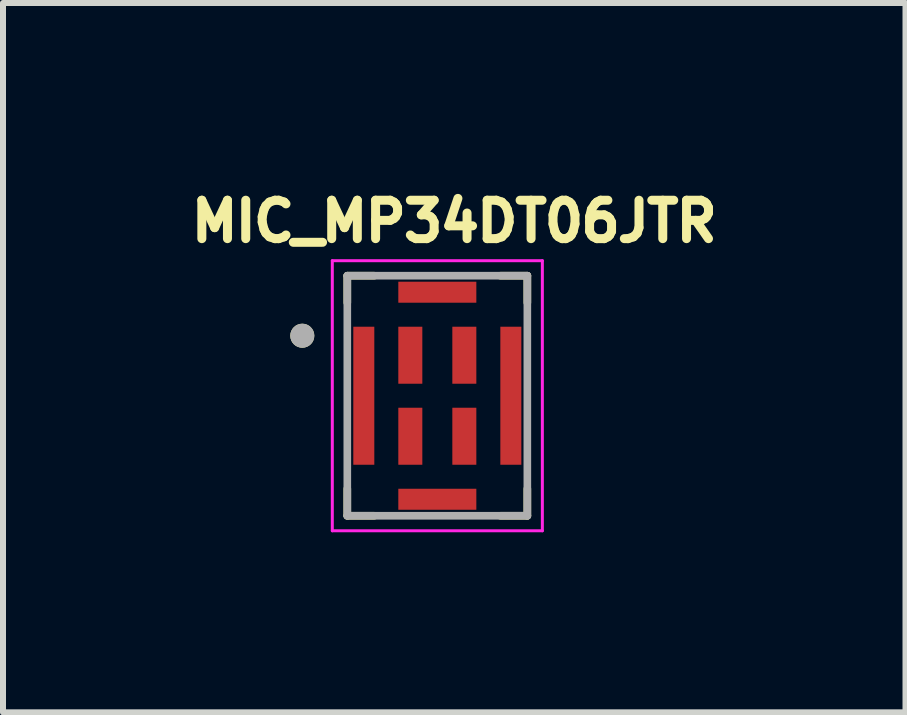
<source format=kicad_pcb>
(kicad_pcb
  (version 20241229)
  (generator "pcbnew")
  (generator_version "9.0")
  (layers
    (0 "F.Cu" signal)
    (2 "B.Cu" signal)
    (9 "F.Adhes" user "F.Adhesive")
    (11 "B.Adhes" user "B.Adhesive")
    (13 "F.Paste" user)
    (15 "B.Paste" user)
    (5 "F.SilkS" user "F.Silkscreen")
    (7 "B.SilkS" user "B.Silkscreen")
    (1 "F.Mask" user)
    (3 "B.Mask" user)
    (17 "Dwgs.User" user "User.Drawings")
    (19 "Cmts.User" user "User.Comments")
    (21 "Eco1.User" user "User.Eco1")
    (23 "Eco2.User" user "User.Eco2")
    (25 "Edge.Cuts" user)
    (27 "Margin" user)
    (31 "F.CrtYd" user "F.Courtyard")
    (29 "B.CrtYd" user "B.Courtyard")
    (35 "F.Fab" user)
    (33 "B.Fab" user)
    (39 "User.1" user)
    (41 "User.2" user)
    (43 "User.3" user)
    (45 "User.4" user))
  (footprint "MIC_MP34DT06JTR"
    (layer "F.Cu")
    (at 4.237 3.544)
    (property "Reference" "MIC_MP34DT06JTR" (at 0.282 -2.906 0) (layer "F.SilkS") (effects (font (size 0.64 0.64) (thickness 0.15))))
    (attr smd)
    (fp_line (start -1.5 -2) (end -1.5 -1.55) (stroke (width 0.127) (type solid)) (layer "F.SilkS"))
    (fp_line (start -1.5 2) (end -1.5 1.55) (stroke (width 0.127) (type solid)) (layer "F.SilkS"))
    (fp_line (start -1.5 2) (end -1.05 2) (stroke (width 0.127) (type solid)) (layer "F.SilkS"))
    (fp_line (start -1.05 -2) (end -1.5 -2) (stroke (width 0.127) (type solid)) (layer "F.SilkS"))
    (fp_line (start 1.05 -2) (end 1.5 -2) (stroke (width 0.127) (type solid)) (layer "F.SilkS"))
    (fp_line (start 1.5 -2) (end 1.5 -1.55) (stroke (width 0.127) (type solid)) (layer "F.SilkS"))
    (fp_line (start 1.5 2) (end 1.05 2) (stroke (width 0.127) (type solid)) (layer "F.SilkS"))
    (fp_line (start 1.5 2) (end 1.5 1.55) (stroke (width 0.127) (type solid)) (layer "F.SilkS"))
    (fp_circle (center -2.25 -1) (end -2.15 -1) (stroke (width 0.2) (type solid)) (fill no) (layer "F.SilkS"))
    (fp_line (start -1.75 -2.25) (end -1.75 2.25) (stroke (width 0.05) (type solid)) (layer "F.CrtYd"))
    (fp_line (start -1.75 2.25) (end 1.75 2.25) (stroke (width 0.05) (type solid)) (layer "F.CrtYd"))
    (fp_line (start 1.75 -2.25) (end -1.75 -2.25) (stroke (width 0.05) (type solid)) (layer "F.CrtYd"))
    (fp_line (start 1.75 2.25) (end 1.75 -2.25) (stroke (width 0.05) (type solid)) (layer "F.CrtYd"))
    (fp_line (start -1.5 -2) (end 1.5 -2) (stroke (width 0.127) (type solid)) (layer "F.Fab"))
    (fp_line (start -1.5 2) (end -1.5 -2) (stroke (width 0.127) (type solid)) (layer "F.Fab"))
    (fp_line (start 1.5 -2) (end 1.5 2) (stroke (width 0.127) (type solid)) (layer "F.Fab"))
    (fp_line (start 1.5 2) (end -1.5 2) (stroke (width 0.127) (type solid)) (layer "F.Fab"))
    (fp_circle (center -2.25 -1) (end -2.15 -1) (stroke (width 0.2) (type solid)) (fill no) (layer "F.Fab"))
    (pad "1" smd rect (at -0.45 -0.675 180) (size 0.4 0.95) (layers "F.Cu" "F.Mask" "F.Paste"))
    (pad "2" smd rect (at -0.45 0.675 180) (size 0.4 0.95) (layers "F.Cu" "F.Mask" "F.Paste"))
    (pad "3" smd rect (at 0.45 0.675 180) (size 0.4 0.95) (layers "F.Cu" "F.Mask" "F.Paste"))
    (pad "4" smd rect (at 0.45 -0.675 180) (size 0.4 0.95) (layers "F.Cu" "F.Mask" "F.Paste"))
    (pad "5" smd rect (at 1.225 0 180) (size 0.35 2.3) (layers "F.Cu" "F.Mask" "F.Paste"))
    (pad "6" smd rect (at 0 -1.725 180) (size 1.3 0.35) (layers "F.Cu" "F.Mask" "F.Paste"))
    (pad "7" smd rect (at -1.225 0 180) (size 0.35 2.3) (layers "F.Cu" "F.Mask" "F.Paste"))
    (pad "8" smd rect (at 0 1.725 180) (size 1.3 0.35) (layers "F.Cu" "F.Mask" "F.Paste")))
  (gr_rect
    (start -3 -3)
    (end 12.038 8.819)
    (stroke (width 0.1) (type default))
    (fill no)
    (layer "Edge.Cuts")))
</source>
